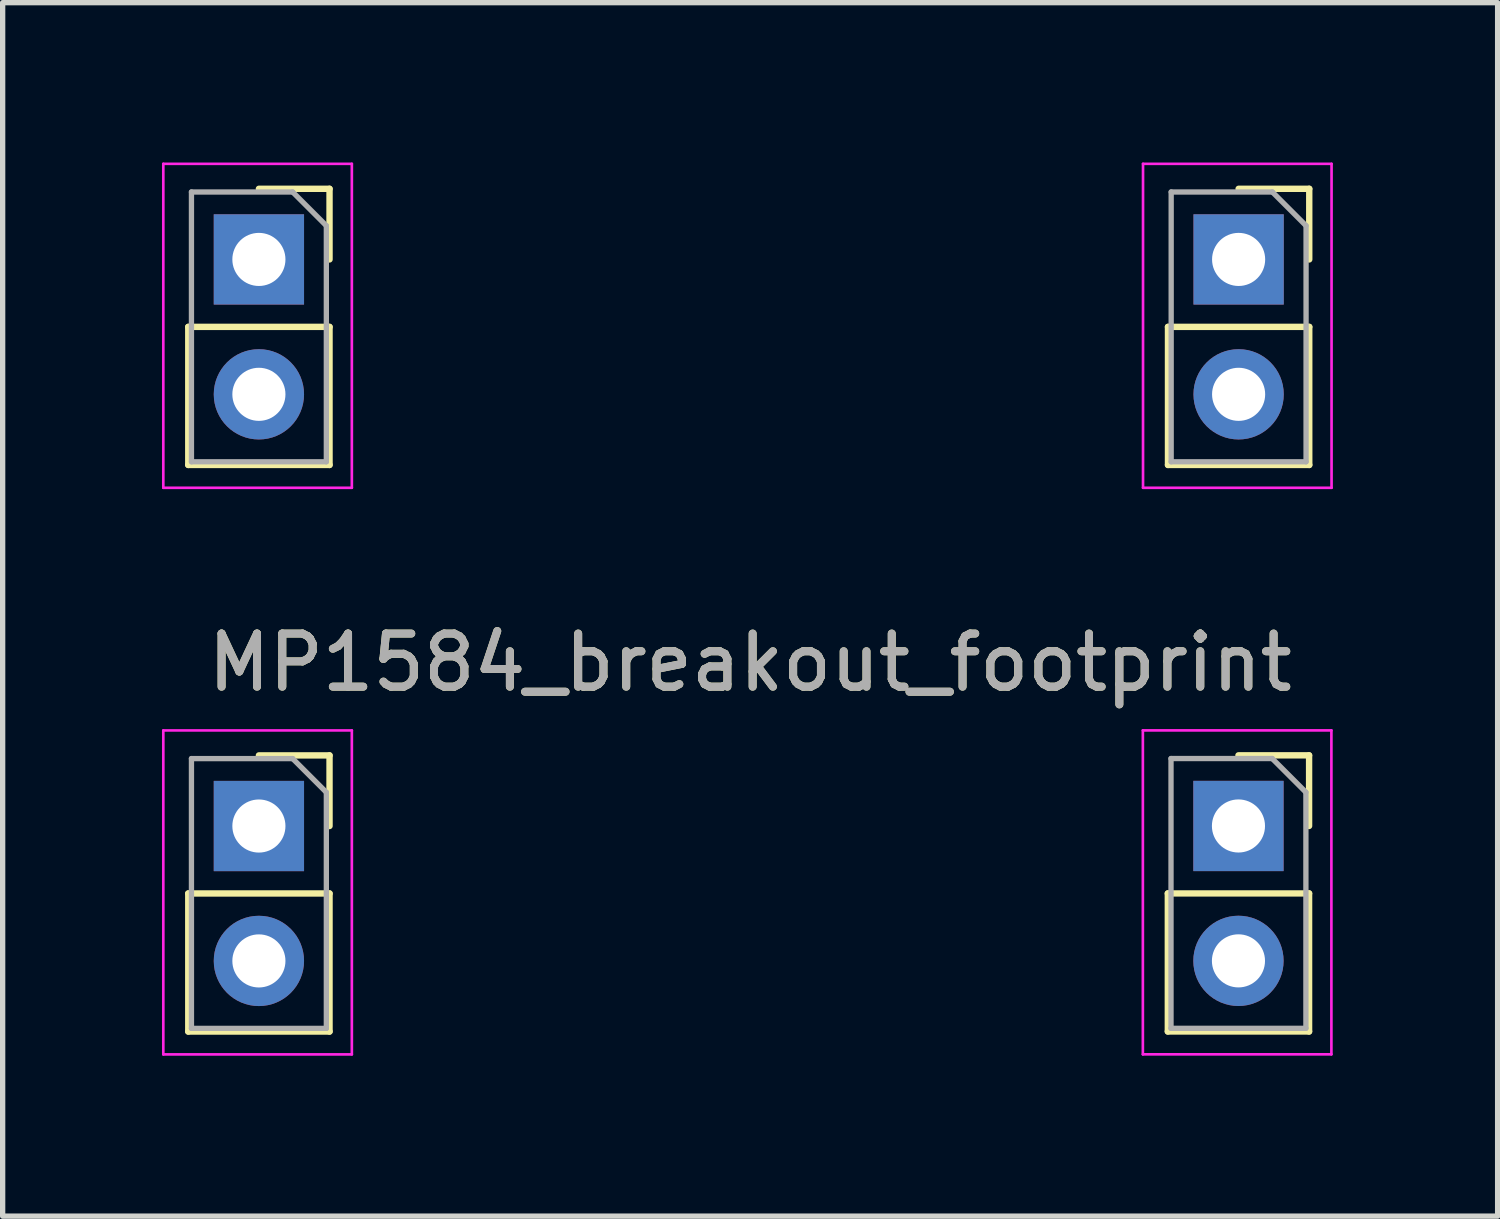
<source format=kicad_pcb>
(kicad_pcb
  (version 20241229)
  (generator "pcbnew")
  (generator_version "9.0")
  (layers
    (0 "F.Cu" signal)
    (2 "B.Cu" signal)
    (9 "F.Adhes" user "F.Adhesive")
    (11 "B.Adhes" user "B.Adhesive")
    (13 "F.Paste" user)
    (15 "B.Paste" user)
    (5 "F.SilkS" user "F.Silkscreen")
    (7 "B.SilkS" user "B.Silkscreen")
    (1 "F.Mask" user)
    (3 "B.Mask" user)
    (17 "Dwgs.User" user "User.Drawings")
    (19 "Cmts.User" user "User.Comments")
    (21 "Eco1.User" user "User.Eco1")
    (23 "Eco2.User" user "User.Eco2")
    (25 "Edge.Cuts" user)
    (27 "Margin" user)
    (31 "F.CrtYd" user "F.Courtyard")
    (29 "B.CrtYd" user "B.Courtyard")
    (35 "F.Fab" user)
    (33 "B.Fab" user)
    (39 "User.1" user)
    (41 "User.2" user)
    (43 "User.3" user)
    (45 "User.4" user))
  (footprint "MP1584_breakout_footprint"
    (layer "F.Cu")
    (at 11.075 8.425)
    (property "Reference" "MP1584_breakout_footprint" (at 0 1 0) (layer "F.SilkS") (effects (font (size 1 1) (thickness 0.15))))
    (attr smd)
    (fp_line (start -10.58 -5.32) (end -10.58 -2.72) (stroke (width 0.12) (type solid)) (layer "F.SilkS"))
    (fp_line (start -10.58 -5.32) (end -7.92 -5.32) (stroke (width 0.12) (type solid)) (layer "F.SilkS"))
    (fp_line (start -10.58 -2.72) (end -7.92 -2.72) (stroke (width 0.12) (type solid)) (layer "F.SilkS"))
    (fp_line (start -10.58 5.349) (end -10.58 7.949) (stroke (width 0.12) (type solid)) (layer "F.SilkS"))
    (fp_line (start -10.58 5.349) (end -7.92 5.349) (stroke (width 0.12) (type solid)) (layer "F.SilkS"))
    (fp_line (start -10.58 7.949) (end -7.92 7.949) (stroke (width 0.12) (type solid)) (layer "F.SilkS"))
    (fp_line (start -9.25 -7.92) (end -7.92 -7.92) (stroke (width 0.12) (type solid)) (layer "F.SilkS"))
    (fp_line (start -9.25 2.749) (end -7.92 2.749) (stroke (width 0.12) (type solid)) (layer "F.SilkS"))
    (fp_line (start -7.92 -7.92) (end -7.92 -6.59) (stroke (width 0.12) (type solid)) (layer "F.SilkS"))
    (fp_line (start -7.92 -5.32) (end -7.92 -2.72) (stroke (width 0.12) (type solid)) (layer "F.SilkS"))
    (fp_line (start -7.92 2.749) (end -7.92 4.079) (stroke (width 0.12) (type solid)) (layer "F.SilkS"))
    (fp_line (start -7.92 5.349) (end -7.92 7.949) (stroke (width 0.12) (type solid)) (layer "F.SilkS"))
    (fp_line (start 7.865 5.348) (end 7.865 7.948) (stroke (width 0.12) (type solid)) (layer "F.SilkS"))
    (fp_line (start 7.865 5.348) (end 10.525 5.348) (stroke (width 0.12) (type solid)) (layer "F.SilkS"))
    (fp_line (start 7.865 7.948) (end 10.525 7.948) (stroke (width 0.12) (type solid)) (layer "F.SilkS"))
    (fp_line (start 7.868 -5.32) (end 7.868 -2.72) (stroke (width 0.12) (type solid)) (layer "F.SilkS"))
    (fp_line (start 7.868 -5.32) (end 10.528 -5.32) (stroke (width 0.12) (type solid)) (layer "F.SilkS"))
    (fp_line (start 7.868 -2.72) (end 10.528 -2.72) (stroke (width 0.12) (type solid)) (layer "F.SilkS"))
    (fp_line (start 9.195 2.748) (end 10.525 2.748) (stroke (width 0.12) (type solid)) (layer "F.SilkS"))
    (fp_line (start 9.198 -7.92) (end 10.528 -7.92) (stroke (width 0.12) (type solid)) (layer "F.SilkS"))
    (fp_line (start 10.525 2.748) (end 10.525 4.078) (stroke (width 0.12) (type solid)) (layer "F.SilkS"))
    (fp_line (start 10.525 5.348) (end 10.525 7.948) (stroke (width 0.12) (type solid)) (layer "F.SilkS"))
    (fp_line (start 10.528 -7.92) (end 10.528 -6.59) (stroke (width 0.12) (type solid)) (layer "F.SilkS"))
    (fp_line (start 10.528 -5.32) (end 10.528 -2.72) (stroke (width 0.12) (type solid)) (layer "F.SilkS"))
    (fp_line (start -11.05 -8.39) (end -7.5 -8.39) (stroke (width 0.05) (type solid)) (layer "F.CrtYd"))
    (fp_line (start -11.05 -2.29) (end -11.05 -8.39) (stroke (width 0.05) (type solid)) (layer "F.CrtYd"))
    (fp_line (start -11.05 2.279) (end -7.5 2.279) (stroke (width 0.05) (type solid)) (layer "F.CrtYd"))
    (fp_line (start -11.05 8.379) (end -11.05 2.279) (stroke (width 0.05) (type solid)) (layer "F.CrtYd"))
    (fp_line (start -7.5 -8.39) (end -7.5 -2.29) (stroke (width 0.05) (type solid)) (layer "F.CrtYd"))
    (fp_line (start -7.5 -2.29) (end -11.05 -2.29) (stroke (width 0.05) (type solid)) (layer "F.CrtYd"))
    (fp_line (start -7.5 2.279) (end -7.5 8.379) (stroke (width 0.05) (type solid)) (layer "F.CrtYd"))
    (fp_line (start -7.5 8.379) (end -11.05 8.379) (stroke (width 0.05) (type solid)) (layer "F.CrtYd"))
    (fp_line (start 7.395 2.278) (end 10.945 2.278) (stroke (width 0.05) (type solid)) (layer "F.CrtYd"))
    (fp_line (start 7.395 8.378) (end 7.395 2.278) (stroke (width 0.05) (type solid)) (layer "F.CrtYd"))
    (fp_line (start 7.398 -8.39) (end 10.948 -8.39) (stroke (width 0.05) (type solid)) (layer "F.CrtYd"))
    (fp_line (start 7.398 -2.29) (end 7.398 -8.39) (stroke (width 0.05) (type solid)) (layer "F.CrtYd"))
    (fp_line (start 10.945 2.278) (end 10.945 8.378) (stroke (width 0.05) (type solid)) (layer "F.CrtYd"))
    (fp_line (start 10.945 8.378) (end 7.395 8.378) (stroke (width 0.05) (type solid)) (layer "F.CrtYd"))
    (fp_line (start 10.948 -8.39) (end 10.948 -2.29) (stroke (width 0.05) (type solid)) (layer "F.CrtYd"))
    (fp_line (start 10.948 -2.29) (end 7.398 -2.29) (stroke (width 0.05) (type solid)) (layer "F.CrtYd"))
    (fp_line (start -10.52 -7.86) (end -8.615 -7.86) (stroke (width 0.1) (type solid)) (layer "F.Fab"))
    (fp_line (start -10.52 -2.78) (end -10.52 -7.86) (stroke (width 0.1) (type solid)) (layer "F.Fab"))
    (fp_line (start -10.52 2.809) (end -8.615 2.809) (stroke (width 0.1) (type solid)) (layer "F.Fab"))
    (fp_line (start -10.52 7.889) (end -10.52 2.809) (stroke (width 0.1) (type solid)) (layer "F.Fab"))
    (fp_line (start -8.615 -7.86) (end -7.98 -7.225) (stroke (width 0.1) (type solid)) (layer "F.Fab"))
    (fp_line (start -8.615 2.809) (end -7.98 3.444) (stroke (width 0.1) (type solid)) (layer "F.Fab"))
    (fp_line (start -7.98 -7.225) (end -7.98 -2.78) (stroke (width 0.1) (type solid)) (layer "F.Fab"))
    (fp_line (start -7.98 -2.78) (end -10.52 -2.78) (stroke (width 0.1) (type solid)) (layer "F.Fab"))
    (fp_line (start -7.98 3.444) (end -7.98 7.889) (stroke (width 0.1) (type solid)) (layer "F.Fab"))
    (fp_line (start -7.98 7.889) (end -10.52 7.889) (stroke (width 0.1) (type solid)) (layer "F.Fab"))
    (fp_line (start 7.925 2.808) (end 9.83 2.808) (stroke (width 0.1) (type solid)) (layer "F.Fab"))
    (fp_line (start 7.925 7.888) (end 7.925 2.808) (stroke (width 0.1) (type solid)) (layer "F.Fab"))
    (fp_line (start 7.928 -7.86) (end 9.833 -7.86) (stroke (width 0.1) (type solid)) (layer "F.Fab"))
    (fp_line (start 7.928 -2.78) (end 7.928 -7.86) (stroke (width 0.1) (type solid)) (layer "F.Fab"))
    (fp_line (start 9.83 2.808) (end 10.465 3.443) (stroke (width 0.1) (type solid)) (layer "F.Fab"))
    (fp_line (start 9.833 -7.86) (end 10.468 -7.225) (stroke (width 0.1) (type solid)) (layer "F.Fab"))
    (fp_line (start 10.465 3.443) (end 10.465 7.888) (stroke (width 0.1) (type solid)) (layer "F.Fab"))
    (fp_line (start 10.465 7.888) (end 7.925 7.888) (stroke (width 0.1) (type solid)) (layer "F.Fab"))
    (fp_line (start 10.468 -7.225) (end 10.468 -2.78) (stroke (width 0.1) (type solid)) (layer "F.Fab"))
    (fp_line (start 10.468 -2.78) (end 7.928 -2.78) (stroke (width 0.1) (type solid)) (layer "F.Fab"))
    (fp_line (start -11.05 -8.4) (end 11.05 -8.4) (stroke (width 0.05) (type solid)) (layer "User.1"))
    (fp_line (start -11.05 8.4) (end -11.05 -8.4) (stroke (width 0.05) (type solid)) (layer "User.1"))
    (fp_line (start -11.05 8.4) (end 11.05 8.4) (stroke (width 0.05) (type solid)) (layer "User.1"))
    (fp_line (start -10.656 -8.001) (end -10.656 -2.621) (stroke (width 0.05) (type solid)) (layer "User.1"))
    (fp_line (start -10.656 -2.621) (end -7.816 -2.621) (stroke (width 0.05) (type solid)) (layer "User.1"))
    (fp_line (start -10.656 2.669) (end -10.656 8.049) (stroke (width 0.05) (type solid)) (layer "User.1"))
    (fp_line (start -10.656 8.049) (end -7.816 8.049) (stroke (width 0.05) (type solid)) (layer "User.1"))
    (fp_line (start -10.356 -7.701) (end -10.356 -5.461) (stroke (width 0.05) (type solid)) (layer "User.1"))
    (fp_line (start -10.356 -5.461) (end -8.116 -5.461) (stroke (width 0.05) (type solid)) (layer "User.1"))
    (fp_line (start -10.356 -5.161) (end -8.116 -5.161) (stroke (width 0.05) (type solid)) (layer "User.1"))
    (fp_line (start -10.356 -2.921) (end -10.356 -5.161) (stroke (width 0.05) (type solid)) (layer "User.1"))
    (fp_line (start -10.356 2.969) (end -10.356 5.209) (stroke (width 0.05) (type solid)) (layer "User.1"))
    (fp_line (start -10.356 5.209) (end -8.116 5.209) (stroke (width 0.05) (type solid)) (layer "User.1"))
    (fp_line (start -10.356 5.509) (end -8.116 5.509) (stroke (width 0.05) (type solid)) (layer "User.1"))
    (fp_line (start -10.356 7.749) (end -10.356 5.509) (stroke (width 0.05) (type solid)) (layer "User.1"))
    (fp_line (start -10.05 -1.52) (end -8.45 -1.52) (stroke (width 0.05) (type solid)) (layer "User.1"))
    (fp_line (start -10.05 -0.62) (end -10.05 -1.52) (stroke (width 0.05) (type solid)) (layer "User.1"))
    (fp_line (start -10.05 -0.62) (end -8.45 -0.62) (stroke (width 0.05) (type solid)) (layer "User.1"))
    (fp_line (start -10.05 0.68) (end -8.45 0.68) (stroke (width 0.05) (type solid)) (layer "User.1"))
    (fp_line (start -10.05 1.58) (end -10.05 0.68) (stroke (width 0.05) (type solid)) (layer "User.1"))
    (fp_line (start -10.05 1.58) (end -8.45 1.58) (stroke (width 0.05) (type solid)) (layer "User.1"))
    (fp_line (start -9.95 0.68) (end -9.95 -0.62) (stroke (width 0.05) (type solid)) (layer "User.1"))
    (fp_line (start -8.55 0.68) (end -8.55 -0.62) (stroke (width 0.05) (type solid)) (layer "User.1"))
    (fp_line (start -8.45 -0.62) (end -8.45 -1.52) (stroke (width 0.05) (type solid)) (layer "User.1"))
    (fp_line (start -8.45 1.58) (end -8.45 0.68) (stroke (width 0.05) (type solid)) (layer "User.1"))
    (fp_line (start -8.116 -7.701) (end -10.356 -7.701) (stroke (width 0.05) (type solid)) (layer "User.1"))
    (fp_line (start -8.116 -5.461) (end -8.116 -7.701) (stroke (width 0.05) (type solid)) (layer "User.1"))
    (fp_line (start -8.116 -5.161) (end -8.116 -2.921) (stroke (width 0.05) (type solid)) (layer "User.1"))
    (fp_line (start -8.116 -2.921) (end -10.356 -2.921) (stroke (width 0.05) (type solid)) (layer "User.1"))
    (fp_line (start -8.116 2.969) (end -10.356 2.969) (stroke (width 0.05) (type solid)) (layer "User.1"))
    (fp_line (start -8.116 5.209) (end -8.116 2.969) (stroke (width 0.05) (type solid)) (layer "User.1"))
    (fp_line (start -8.116 5.509) (end -8.116 7.749) (stroke (width 0.05) (type solid)) (layer "User.1"))
    (fp_line (start -8.116 7.749) (end -10.356 7.749) (stroke (width 0.05) (type solid)) (layer "User.1"))
    (fp_line (start -7.816 -8.001) (end -10.656 -8.001) (stroke (width 0.05) (type solid)) (layer "User.1"))
    (fp_line (start -7.816 -2.621) (end -7.816 -8.001) (stroke (width 0.05) (type solid)) (layer "User.1"))
    (fp_line (start -7.816 2.669) (end -10.656 2.669) (stroke (width 0.05) (type solid)) (layer "User.1"))
    (fp_line (start -7.816 8.049) (end -7.816 2.669) (stroke (width 0.05) (type solid)) (layer "User.1"))
    (fp_line (start -7.4 -3.21) (end -6.6 -3.21) (stroke (width 0.05) (type solid)) (layer "User.1"))
    (fp_line (start -7.4 -2.81) (end -7.4 -3.21) (stroke (width 0.05) (type solid)) (layer "User.1"))
    (fp_line (start -7.4 -2.81) (end -6.6 -2.81) (stroke (width 0.05) (type solid)) (layer "User.1"))
    (fp_line (start -7.4 -2.01) (end -6.6 -2.01) (stroke (width 0.05) (type solid)) (layer "User.1"))
    (fp_line (start -7.4 -1.61) (end -7.4 -2.01) (stroke (width 0.05) (type solid)) (layer "User.1"))
    (fp_line (start -7.4 -1.61) (end -6.6 -1.61) (stroke (width 0.05) (type solid)) (layer "User.1"))
    (fp_line (start -7.4 -0.11) (end -7.4 -0.35) (stroke (width 0.05) (type solid)) (layer "User.1"))
    (fp_line (start -7.4 0.89) (end -7.4 -0.11) (stroke (width 0.05) (type solid)) (layer "User.1"))
    (fp_line (start -7.4 1.13) (end -7.4 0.89) (stroke (width 0.05) (type solid)) (layer "User.1"))
    (fp_line (start -7.4 2.6) (end -7.4 2.36) (stroke (width 0.05) (type solid)) (layer "User.1"))
    (fp_line (start -7.4 3.6) (end -7.4 2.6) (stroke (width 0.05) (type solid)) (layer "User.1"))
    (fp_line (start -7.4 3.84) (end -7.4 3.6) (stroke (width 0.05) (type solid)) (layer "User.1"))
    (fp_line (start -7.35 -2.01) (end -7.35 -2.81) (stroke (width 0.05) (type solid)) (layer "User.1"))
    (fp_line (start -6.65 -2.01) (end -6.65 -2.81) (stroke (width 0.05) (type solid)) (layer "User.1"))
    (fp_line (start -6.6 -2.81) (end -6.6 -3.21) (stroke (width 0.05) (type solid)) (layer "User.1"))
    (fp_line (start -6.6 -1.61) (end -6.6 -2.01) (stroke (width 0.05) (type solid)) (layer "User.1"))
    (fp_line (start -6.6 -0.35) (end -7.4 -0.35) (stroke (width 0.05) (type solid)) (layer "User.1"))
    (fp_line (start -6.6 -0.11) (end -7.4 -0.11) (stroke (width 0.05) (type solid)) (layer "User.1"))
    (fp_line (start -6.6 -0.11) (end -6.6 -0.35) (stroke (width 0.05) (type solid)) (layer "User.1"))
    (fp_line (start -6.6 0.89) (end -7.4 0.89) (stroke (width 0.05) (type solid)) (layer "User.1"))
    (fp_line (start -6.6 0.89) (end -6.6 -0.11) (stroke (width 0.05) (type solid)) (layer "User.1"))
    (fp_line (start -6.6 1.13) (end -7.4 1.13) (stroke (width 0.05) (type solid)) (layer "User.1"))
    (fp_line (start -6.6 1.13) (end -6.6 0.89) (stroke (width 0.05) (type solid)) (layer "User.1"))
    (fp_line (start -6.6 2.36) (end -7.4 2.36) (stroke (width 0.05) (type solid)) (layer "User.1"))
    (fp_line (start -6.6 2.6) (end -7.4 2.6) (stroke (width 0.05) (type solid)) (layer "User.1"))
    (fp_line (start -6.6 2.6) (end -6.6 2.36) (stroke (width 0.05) (type solid)) (layer "User.1"))
    (fp_line (start -6.6 3.6) (end -7.4 3.6) (stroke (width 0.05) (type solid)) (layer "User.1"))
    (fp_line (start -6.6 3.6) (end -6.6 2.6) (stroke (width 0.05) (type solid)) (layer "User.1"))
    (fp_line (start -6.6 3.84) (end -7.4 3.84) (stroke (width 0.05) (type solid)) (layer "User.1"))
    (fp_line (start -6.6 3.84) (end -6.6 3.6) (stroke (width 0.05) (type solid)) (layer "User.1"))
    (fp_line (start -6.35 -6.69) (end -6.05 -6.69) (stroke (width 0.05) (type solid)) (layer "User.1"))
    (fp_line (start -6.35 -4.49) (end -6.35 -6.69) (stroke (width 0.05) (type solid)) (layer "User.1"))
    (fp_line (start -6.35 -4.49) (end -6.05 -4.49) (stroke (width 0.05) (type solid)) (layer "User.1"))
    (fp_line (start -6.05 -7.49) (end -2.15 -7.49) (stroke (width 0.05) (type solid)) (layer "User.1"))
    (fp_line (start -6.05 -3.69) (end -6.05 -7.49) (stroke (width 0.05) (type solid)) (layer "User.1"))
    (fp_line (start -6.05 -3.69) (end -2.15 -3.69) (stroke (width 0.05) (type solid)) (layer "User.1"))
    (fp_line (start -5.89 -1.87) (end -5.89 -1.82) (stroke (width 0.05) (type solid)) (layer "User.1"))
    (fp_line (start -5.89 -1.87) (end -5.65 -1.87) (stroke (width 0.05) (type solid)) (layer "User.1"))
    (fp_line (start -5.89 -1.82) (end -5.89 -1.22) (stroke (width 0.05) (type solid)) (layer "User.1"))
    (fp_line (start -5.89 -1.82) (end -1.09 -1.82) (stroke (width 0.05) (type solid)) (layer "User.1"))
    (fp_line (start -5.89 -1.22) (end -5.89 1.98) (stroke (width 0.05) (type solid)) (layer "User.1"))
    (fp_line (start -5.89 -1.22) (end -1.09 -1.22) (stroke (width 0.05) (type solid)) (layer "User.1"))
    (fp_line (start -5.89 1.98) (end -5.89 2.13) (stroke (width 0.05) (type solid)) (layer "User.1"))
    (fp_line (start -5.89 1.98) (end -1.09 1.98) (stroke (width 0.05) (type solid)) (layer "User.1"))
    (fp_line (start -5.89 2.13) (end -5.65 2.13) (stroke (width 0.05) (type solid)) (layer "User.1"))
    (fp_line (start -5.65 -2.52) (end -5.65 -2.969) (stroke (width 0.05) (type solid)) (layer "User.1"))
    (fp_line (start -5.65 -2.22) (end -5.65 -2.52) (stroke (width 0.05) (type solid)) (layer "User.1"))
    (fp_line (start -5.65 -1.87) (end -5.65 -2.22) (stroke (width 0.05) (type solid)) (layer "User.1"))
    (fp_line (start -5.65 2.13) (end -5.65 2.48) (stroke (width 0.05) (type solid)) (layer "User.1"))
    (fp_line (start -5.65 2.13) (end -5.15 2.13) (stroke (width 0.05) (type solid)) (layer "User.1"))
    (fp_line (start -5.65 2.48) (end -5.65 2.78) (stroke (width 0.05) (type solid)) (layer "User.1"))
    (fp_line (start -5.65 2.48) (end -5.15 2.48) (stroke (width 0.05) (type solid)) (layer "User.1"))
    (fp_line (start -5.65 2.78) (end -5.65 3.229) (stroke (width 0.05) (type solid)) (layer "User.1"))
    (fp_line (start -5.65 2.78) (end -5.15 2.78) (stroke (width 0.05) (type solid)) (layer "User.1"))
    (fp_line (start -5.65 3.229) (end -5.15 3.229) (stroke (width 0.05) (type solid)) (layer "User.1"))
    (fp_line (start -5.49 6.89) (end -5.49 6.09) (stroke (width 0.05) (type solid)) (layer "User.1"))
    (fp_line (start -5.43 4.73) (end -5.19 4.73) (stroke (width 0.05) (type solid)) (layer "User.1"))
    (fp_line (start -5.43 5.53) (end -5.43 4.73) (stroke (width 0.05) (type solid)) (layer "User.1"))
    (fp_line (start -5.43 5.53) (end -5.19 5.53) (stroke (width 0.05) (type solid)) (layer "User.1"))
    (fp_line (start -5.19 4.73) (end -4.19 4.73) (stroke (width 0.05) (type solid)) (layer "User.1"))
    (fp_line (start -5.19 5.53) (end -5.19 4.73) (stroke (width 0.05) (type solid)) (layer "User.1"))
    (fp_line (start -5.19 5.53) (end -4.19 5.53) (stroke (width 0.05) (type solid)) (layer "User.1"))
    (fp_line (start -5.15 -2.969) (end -5.65 -2.969) (stroke (width 0.05) (type solid)) (layer "User.1"))
    (fp_line (start -5.15 -2.52) (end -5.65 -2.52) (stroke (width 0.05) (type solid)) (layer "User.1"))
    (fp_line (start -5.15 -2.52) (end -5.15 -2.969) (stroke (width 0.05) (type solid)) (layer "User.1"))
    (fp_line (start -5.15 -2.22) (end -5.65 -2.22) (stroke (width 0.05) (type solid)) (layer "User.1"))
    (fp_line (start -5.15 -2.22) (end -5.15 -2.52) (stroke (width 0.05) (type solid)) (layer "User.1"))
    (fp_line (start -5.15 -1.87) (end -5.65 -1.87) (stroke (width 0.05) (type solid)) (layer "User.1"))
    (fp_line (start -5.15 -1.87) (end -5.15 -2.22) (stroke (width 0.05) (type solid)) (layer "User.1"))
    (fp_line (start -5.15 -1.87) (end -4.38 -1.87) (stroke (width 0.05) (type solid)) (layer "User.1"))
    (fp_line (start -5.15 2.13) (end -5.15 2.48) (stroke (width 0.05) (type solid)) (layer "User.1"))
    (fp_line (start -5.15 2.13) (end -4.38 2.13) (stroke (width 0.05) (type solid)) (layer "User.1"))
    (fp_line (start -5.15 2.48) (end -5.15 2.78) (stroke (width 0.05) (type solid)) (layer "User.1"))
    (fp_line (start -5.15 2.78) (end -5.15 3.229) (stroke (width 0.05) (type solid)) (layer "User.1"))
    (fp_line (start -5.09 6.09) (end -5.49 6.09) (stroke (width 0.05) (type solid)) (layer "User.1"))
    (fp_line (start -5.09 6.89) (end -5.49 6.89) (stroke (width 0.05) (type solid)) (layer "User.1"))
    (fp_line (start -5.09 6.89) (end -5.09 6.09) (stroke (width 0.05) (type solid)) (layer "User.1"))
    (fp_line (start -4.38 -2.52) (end -4.38 -2.969) (stroke (width 0.05) (type solid)) (layer "User.1"))
    (fp_line (start -4.38 -2.22) (end -4.38 -2.52) (stroke (width 0.05) (type solid)) (layer "User.1"))
    (fp_line (start -4.38 -1.87) (end -4.38 -2.22) (stroke (width 0.05) (type solid)) (layer "User.1"))
    (fp_line (start -4.38 2.13) (end -4.38 2.48) (stroke (width 0.05) (type solid)) (layer "User.1"))
    (fp_line (start -4.38 2.13) (end -3.88 2.13) (stroke (width 0.05) (type solid)) (layer "User.1"))
    (fp_line (start -4.38 2.48) (end -4.38 2.78) (stroke (width 0.05) (type solid)) (layer "User.1"))
    (fp_line (start -4.38 2.48) (end -3.88 2.48) (stroke (width 0.05) (type solid)) (layer "User.1"))
    (fp_line (start -4.38 2.78) (end -4.38 3.229) (stroke (width 0.05) (type solid)) (layer "User.1"))
    (fp_line (start -4.38 2.78) (end -3.88 2.78) (stroke (width 0.05) (type solid)) (layer "User.1"))
    (fp_line (start -4.38 3.229) (end -3.88 3.229) (stroke (width 0.05) (type solid)) (layer "User.1"))
    (fp_line (start -4.29 6.14) (end -5.09 6.14) (stroke (width 0.05) (type solid)) (layer "User.1"))
    (fp_line (start -4.29 6.84) (end -5.09 6.84) (stroke (width 0.05) (type solid)) (layer "User.1"))
    (fp_line (start -4.29 6.89) (end -4.29 6.09) (stroke (width 0.05) (type solid)) (layer "User.1"))
    (fp_line (start -4.19 4.73) (end -3.95 4.73) (stroke (width 0.05) (type solid)) (layer "User.1"))
    (fp_line (start -4.19 5.53) (end -4.19 4.73) (stroke (width 0.05) (type solid)) (layer "User.1"))
    (fp_line (start -4.19 5.53) (end -3.95 5.53) (stroke (width 0.05) (type solid)) (layer "User.1"))
    (fp_line (start -3.95 5.53) (end -3.95 4.73) (stroke (width 0.05) (type solid)) (layer "User.1"))
    (fp_line (start -3.89 6.09) (end -4.29 6.09) (stroke (width 0.05) (type solid)) (layer "User.1"))
    (fp_line (start -3.89 6.89) (end -4.29 6.89) (stroke (width 0.05) (type solid)) (layer "User.1"))
    (fp_line (start -3.89 6.89) (end -3.89 6.09) (stroke (width 0.05) (type solid)) (layer "User.1"))
    (fp_line (start -3.88 -2.969) (end -4.38 -2.969) (stroke (width 0.05) (type solid)) (layer "User.1"))
    (fp_line (start -3.88 -2.52) (end -4.38 -2.52) (stroke (width 0.05) (type solid)) (layer "User.1"))
    (fp_line (start -3.88 -2.52) (end -3.88 -2.969) (stroke (width 0.05) (type solid)) (layer "User.1"))
    (fp_line (start -3.88 -2.22) (end -4.38 -2.22) (stroke (width 0.05) (type solid)) (layer "User.1"))
    (fp_line (start -3.88 -2.22) (end -3.88 -2.52) (stroke (width 0.05) (type solid)) (layer "User.1"))
    (fp_line (start -3.88 -1.87) (end -4.38 -1.87) (stroke (width 0.05) (type solid)) (layer "User.1"))
    (fp_line (start -3.88 -1.87) (end -3.88 -2.22) (stroke (width 0.05) (type solid)) (layer "User.1"))
    (fp_line (start -3.88 -1.87) (end -3.11 -1.87) (stroke (width 0.05) (type solid)) (layer "User.1"))
    (fp_line (start -3.88 2.13) (end -3.88 2.48) (stroke (width 0.05) (type solid)) (layer "User.1"))
    (fp_line (start -3.88 2.13) (end -3.11 2.13) (stroke (width 0.05) (type solid)) (layer "User.1"))
    (fp_line (start -3.88 2.48) (end -3.88 2.78) (stroke (width 0.05) (type solid)) (layer "User.1"))
    (fp_line (start -3.88 2.78) (end -3.88 3.229) (stroke (width 0.05) (type solid)) (layer "User.1"))
    (fp_line (start -3.11 -2.52) (end -3.11 -2.969) (stroke (width 0.05) (type solid)) (layer "User.1"))
    (fp_line (start -3.11 -2.22) (end -3.11 -2.52) (stroke (width 0.05) (type solid)) (layer "User.1"))
    (fp_line (start -3.11 -1.87) (end -3.11 -2.22) (stroke (width 0.05) (type solid)) (layer "User.1"))
    (fp_line (start -3.11 2.13) (end -3.11 2.48) (stroke (width 0.05) (type solid)) (layer "User.1"))
    (fp_line (start -3.11 2.13) (end -2.61 2.13) (stroke (width 0.05) (type solid)) (layer "User.1"))
    (fp_line (start -3.11 2.48) (end -3.11 2.78) (stroke (width 0.05) (type solid)) (layer "User.1"))
    (fp_line (start -3.11 2.48) (end -2.61 2.48) (stroke (width 0.05) (type solid)) (layer "User.1"))
    (fp_line (start -3.11 2.78) (end -3.11 3.229) (stroke (width 0.05) (type solid)) (layer "User.1"))
    (fp_line (start -3.11 2.78) (end -2.61 2.78) (stroke (width 0.05) (type solid)) (layer "User.1"))
    (fp_line (start -3.11 3.229) (end -2.61 3.229) (stroke (width 0.05) (type solid)) (layer "User.1"))
    (fp_line (start -2.61 -2.969) (end -3.11 -2.969) (stroke (width 0.05) (type solid)) (layer "User.1"))
    (fp_line (start -2.61 -2.52) (end -3.11 -2.52) (stroke (width 0.05) (type solid)) (layer "User.1"))
    (fp_line (start -2.61 -2.52) (end -2.61 -2.969) (stroke (width 0.05) (type solid)) (layer "User.1"))
    (fp_line (start -2.61 -2.22) (end -3.11 -2.22) (stroke (width 0.05) (type solid)) (layer "User.1"))
    (fp_line (start -2.61 -2.22) (end -2.61 -2.52) (stroke (width 0.05) (type solid)) (layer "User.1"))
    (fp_line (start -2.61 -1.87) (end -3.11 -1.87) (stroke (width 0.05) (type solid)) (layer "User.1"))
    (fp_line (start -2.61 -1.87) (end -2.61 -2.22) (stroke (width 0.05) (type solid)) (layer "User.1"))
    (fp_line (start -2.61 -1.87) (end -1.84 -1.87) (stroke (width 0.05) (type solid)) (layer "User.1"))
    (fp_line (start -2.61 2.13) (end -2.61 2.48) (stroke (width 0.05) (type solid)) (layer "User.1"))
    (fp_line (start -2.61 2.13) (end -1.84 2.13) (stroke (width 0.05) (type solid)) (layer "User.1"))
    (fp_line (start -2.61 2.48) (end -2.61 2.78) (stroke (width 0.05) (type solid)) (layer "User.1"))
    (fp_line (start -2.61 2.78) (end -2.61 3.229) (stroke (width 0.05) (type solid)) (layer "User.1"))
    (fp_line (start -2.2 4.73) (end -1.96 4.73) (stroke (width 0.05) (type solid)) (layer "User.1"))
    (fp_line (start -2.2 5.53) (end -2.2 4.73) (stroke (width 0.05) (type solid)) (layer "User.1"))
    (fp_line (start -2.2 5.53) (end -1.96 5.53) (stroke (width 0.05) (type solid)) (layer "User.1"))
    (fp_line (start -2.2 6.2) (end -1.96 6.2) (stroke (width 0.05) (type solid)) (layer "User.1"))
    (fp_line (start -2.2 7) (end -2.2 6.2) (stroke (width 0.05) (type solid)) (layer "User.1"))
    (fp_line (start -2.2 7) (end -1.96 7) (stroke (width 0.05) (type solid)) (layer "User.1"))
    (fp_line (start -2.15 -7.49) (end -1.45 -7.49) (stroke (width 0.05) (type solid)) (layer "User.1"))
    (fp_line (start -2.15 -3.69) (end -2.15 -7.49) (stroke (width 0.05) (type solid)) (layer "User.1"))
    (fp_line (start -2.15 -3.69) (end -1.45 -3.69) (stroke (width 0.05) (type solid)) (layer "User.1"))
    (fp_line (start -1.96 4.73) (end -0.96 4.73) (stroke (width 0.05) (type solid)) (layer "User.1"))
    (fp_line (start -1.96 5.53) (end -1.96 4.73) (stroke (width 0.05) (type solid)) (layer "User.1"))
    (fp_line (start -1.96 5.53) (end -0.96 5.53) (stroke (width 0.05) (type solid)) (layer "User.1"))
    (fp_line (start -1.96 6.2) (end -0.96 6.2) (stroke (width 0.05) (type solid)) (layer "User.1"))
    (fp_line (start -1.96 7) (end -1.96 6.2) (stroke (width 0.05) (type solid)) (layer "User.1"))
    (fp_line (start -1.96 7) (end -0.96 7) (stroke (width 0.05) (type solid)) (layer "User.1"))
    (fp_line (start -1.84 -2.52) (end -1.84 -2.969) (stroke (width 0.05) (type solid)) (layer "User.1"))
    (fp_line (start -1.84 -2.22) (end -1.84 -2.52) (stroke (width 0.05) (type solid)) (layer "User.1"))
    (fp_line (start -1.84 -1.87) (end -1.84 -2.22) (stroke (width 0.05) (type solid)) (layer "User.1"))
    (fp_line (start -1.84 -1.87) (end -1.34 -1.87) (stroke (width 0.05) (type solid)) (layer "User.1"))
    (fp_line (start -1.84 2.13) (end -1.84 2.48) (stroke (width 0.05) (type solid)) (layer "User.1"))
    (fp_line (start -1.84 2.13) (end -1.34 2.13) (stroke (width 0.05) (type solid)) (layer "User.1"))
    (fp_line (start -1.84 2.48) (end -1.84 2.78) (stroke (width 0.05) (type solid)) (layer "User.1"))
    (fp_line (start -1.84 2.48) (end -1.34 2.48) (stroke (width 0.05) (type solid)) (layer "User.1"))
    (fp_line (start -1.84 2.78) (end -1.84 3.229) (stroke (width 0.05) (type solid)) (layer "User.1"))
    (fp_line (start -1.84 2.78) (end -1.34 2.78) (stroke (width 0.05) (type solid)) (layer "User.1"))
    (fp_line (start -1.84 3.229) (end -1.34 3.229) (stroke (width 0.05) (type solid)) (layer "User.1"))
    (fp_line (start -1.45 -7.49) (end -1.05 -7.49) (stroke (width 0.05) (type solid)) (layer "User.1"))
    (fp_line (start -1.45 -3.69) (end -1.45 -7.49) (stroke (width 0.05) (type solid)) (layer "User.1"))
    (fp_line (start -1.45 -3.69) (end -1.05 -3.69) (stroke (width 0.05) (type solid)) (layer "User.1"))
    (fp_line (start -1.34 -2.969) (end -1.84 -2.969) (stroke (width 0.05) (type solid)) (layer "User.1"))
    (fp_line (start -1.34 -2.52) (end -1.84 -2.52) (stroke (width 0.05) (type solid)) (layer "User.1"))
    (fp_line (start -1.34 -2.52) (end -1.34 -2.969) (stroke (width 0.05) (type solid)) (layer "User.1"))
    (fp_line (start -1.34 -2.22) (end -1.84 -2.22) (stroke (width 0.05) (type solid)) (layer "User.1"))
    (fp_line (start -1.34 -2.22) (end -1.34 -2.52) (stroke (width 0.05) (type solid)) (layer "User.1"))
    (fp_line (start -1.34 -1.87) (end -1.34 -2.22) (stroke (width 0.05) (type solid)) (layer "User.1"))
    (fp_line (start -1.34 -1.87) (end -1.09 -1.87) (stroke (width 0.05) (type solid)) (layer "User.1"))
    (fp_line (start -1.34 2.13) (end -1.34 2.48) (stroke (width 0.05) (type solid)) (layer "User.1"))
    (fp_line (start -1.34 2.13) (end -1.09 2.13) (stroke (width 0.05) (type solid)) (layer "User.1"))
    (fp_line (start -1.34 2.48) (end -1.34 2.78) (stroke (width 0.05) (type solid)) (layer "User.1"))
    (fp_line (start -1.34 2.78) (end -1.34 3.229) (stroke (width 0.05) (type solid)) (layer "User.1"))
    (fp_line (start -1.09 -1.87) (end -1.09 -1.82) (stroke (width 0.05) (type solid)) (layer "User.1"))
    (fp_line (start -1.09 -1.82) (end -1.09 -1.22) (stroke (width 0.05) (type solid)) (layer "User.1"))
    (fp_line (start -1.09 -1.22) (end -1.09 1.98) (stroke (width 0.05) (type solid)) (layer "User.1"))
    (fp_line (start -1.09 1.98) (end -1.09 2.13) (stroke (width 0.05) (type solid)) (layer "User.1"))
    (fp_line (start -1.05 -6.69) (end -0.75 -6.69) (stroke (width 0.05) (type solid)) (layer "User.1"))
    (fp_line (start -1.05 -4.49) (end -0.75 -4.49) (stroke (width 0.05) (type solid)) (layer "User.1"))
    (fp_line (start -1.05 -3.69) (end -1.05 -7.49) (stroke (width 0.05) (type solid)) (layer "User.1"))
    (fp_line (start -0.96 4.73) (end -0.72 4.73) (stroke (width 0.05) (type solid)) (layer "User.1"))
    (fp_line (start -0.96 5.53) (end -0.96 4.73) (stroke (width 0.05) (type solid)) (layer "User.1"))
    (fp_line (start -0.96 5.53) (end -0.72 5.53) (stroke (width 0.05) (type solid)) (layer "User.1"))
    (fp_line (start -0.96 6.2) (end -0.72 6.2) (stroke (width 0.05) (type solid)) (layer "User.1"))
    (fp_line (start -0.96 7) (end -0.96 6.2) (stroke (width 0.05) (type solid)) (layer "User.1"))
    (fp_line (start -0.96 7) (end -0.72 7) (stroke (width 0.05) (type solid)) (layer "User.1"))
    (fp_line (start -0.75 -4.49) (end -0.75 -6.69) (stroke (width 0.05) (type solid)) (layer "User.1"))
    (fp_line (start -0.72 5.53) (end -0.72 4.73) (stroke (width 0.05) (type solid)) (layer "User.1"))
    (fp_line (start -0.72 7) (end -0.72 6.2) (stroke (width 0.05) (type solid)) (layer "User.1"))
    (fp_line (start -0.02 -5.38) (end 7.18 -5.38) (stroke (width 0.05) (type solid)) (layer "User.1"))
    (fp_line (start -0.02 1.82) (end -0.02 -5.38) (stroke (width 0.05) (type solid)) (layer "User.1"))
    (fp_line (start -0.02 1.82) (end 7.18 1.82) (stroke (width 0.05) (type solid)) (layer "User.1"))
    (fp_line (start 0.5 4.03) (end 0.5 3.23) (stroke (width 0.05) (type solid)) (layer "User.1"))
    (fp_line (start 0.9 3.23) (end 0.5 3.23) (stroke (width 0.05) (type solid)) (layer "User.1"))
    (fp_line (start 0.9 4.03) (end 0.5 4.03) (stroke (width 0.05) (type solid)) (layer "User.1"))
    (fp_line (start 0.9 4.03) (end 0.9 3.23) (stroke (width 0.05) (type solid)) (layer "User.1"))
    (fp_line (start 1.08 -7.341) (end 1.474 -7.341) (stroke (width 0.05) (type solid)) (layer "User.1"))
    (fp_line (start 1.08 -6.2) (end 1.08 -7.341) (stroke (width 0.05) (type solid)) (layer "User.1"))
    (fp_line (start 1.211 -7.211) (end 1.211 -6.33) (stroke (width 0.05) (type solid)) (layer "User.1"))
    (fp_line (start 1.211 -6.33) (end 1.473 -6.33) (stroke (width 0.05) (type solid)) (layer "User.1"))
    (fp_line (start 1.35 4.67) (end 1.95 4.67) (stroke (width 0.05) (type solid)) (layer "User.1"))
    (fp_line (start 1.35 5.62) (end 1.35 4.67) (stroke (width 0.05) (type solid)) (layer "User.1"))
    (fp_line (start 1.35 5.62) (end 1.819 5.62) (stroke (width 0.05) (type solid)) (layer "User.1"))
    (fp_line (start 1.35 6.52) (end 1.819 6.52) (stroke (width 0.05) (type solid)) (layer "User.1"))
    (fp_line (start 1.35 7.47) (end 1.35 6.52) (stroke (width 0.05) (type solid)) (layer "User.1"))
    (fp_line (start 1.35 7.47) (end 1.95 7.47) (stroke (width 0.05) (type solid)) (layer "User.1"))
    (fp_line (start 1.469 -7.211) (end 1.211 -7.211) (stroke (width 0.05) (type solid)) (layer "User.1"))
    (fp_line (start 1.493 -6.2) (end 1.08 -6.2) (stroke (width 0.05) (type solid)) (layer "User.1"))
    (fp_line (start 1.55 4.52) (end 4.8 4.52) (stroke (width 0.05) (type solid)) (layer "User.1"))
    (fp_line (start 1.55 4.67) (end 1.55 4.52) (stroke (width 0.05) (type solid)) (layer "User.1"))
    (fp_line (start 1.55 6.52) (end 1.55 5.62) (stroke (width 0.05) (type solid)) (layer "User.1"))
    (fp_line (start 1.55 7.62) (end 1.55 7.47) (stroke (width 0.05) (type solid)) (layer "User.1"))
    (fp_line (start 1.55 7.62) (end 4.8 7.62) (stroke (width 0.05) (type solid)) (layer "User.1"))
    (fp_line (start 1.58 -5.48) (end 5.58 -5.48) (stroke (width 0.05) (type solid)) (layer "User.1"))
    (fp_line (start 1.58 -5.38) (end 1.58 -5.48) (stroke (width 0.05) (type solid)) (layer "User.1"))
    (fp_line (start 1.58 1.92) (end 1.58 1.82) (stroke (width 0.05) (type solid)) (layer "User.1"))
    (fp_line (start 1.58 1.92) (end 5.58 1.92) (stroke (width 0.05) (type solid)) (layer "User.1"))
    (fp_line (start 1.7 3.28) (end 0.9 3.28) (stroke (width 0.05) (type solid)) (layer "User.1"))
    (fp_line (start 1.7 3.98) (end 0.9 3.98) (stroke (width 0.05) (type solid)) (layer "User.1"))
    (fp_line (start 1.7 4.03) (end 1.7 3.23) (stroke (width 0.05) (type solid)) (layer "User.1"))
    (fp_line (start 1.95 5.322) (end 1.95 4.67) (stroke (width 0.05) (type solid)) (layer "User.1"))
    (fp_line (start 1.95 7.47) (end 1.95 6.818) (stroke (width 0.05) (type solid)) (layer "User.1"))
    (fp_line (start 2.1 3.23) (end 1.7 3.23) (stroke (width 0.05) (type solid)) (layer "User.1"))
    (fp_line (start 2.1 4.03) (end 1.7 4.03) (stroke (width 0.05) (type solid)) (layer "User.1"))
    (fp_line (start 2.1 4.03) (end 2.1 3.23) (stroke (width 0.05) (type solid)) (layer "User.1"))
    (fp_line (start 2.157 -6.657) (end 2.581 -6.657) (stroke (width 0.05) (type solid)) (layer "User.1"))
    (fp_line (start 2.157 -6.526) (end 2.157 -6.657) (stroke (width 0.05) (type solid)) (layer "User.1"))
    (fp_line (start 2.2 5.77) (end 2.95 5.77) (stroke (width 0.05) (type solid)) (layer "User.1"))
    (fp_line (start 2.2 6.37) (end 2.2 5.77) (stroke (width 0.05) (type solid)) (layer "User.1"))
    (fp_line (start 2.581 -6.657) (end 2.581 -6.526) (stroke (width 0.05) (type solid)) (layer "User.1"))
    (fp_line (start 2.581 -6.526) (end 2.157 -6.526) (stroke (width 0.05) (type solid)) (layer "User.1"))
    (fp_line (start 2.678 -6.559) (end 2.809 -6.559) (stroke (width 0.05) (type solid)) (layer "User.1"))
    (fp_line (start 2.95 5.02) (end 3.55 5.02) (stroke (width 0.05) (type solid)) (layer "User.1"))
    (fp_line (start 2.95 5.77) (end 2.95 5.02) (stroke (width 0.05) (type solid)) (layer "User.1"))
    (fp_line (start 2.95 6.37) (end 2.2 6.37) (stroke (width 0.05) (type solid)) (layer "User.1"))
    (fp_line (start 2.95 7.12) (end 2.95 6.37) (stroke (width 0.05) (type solid)) (layer "User.1"))
    (fp_line (start 3.526 -7.048) (end 3.396 -7.048) (stroke (width 0.05) (type solid)) (layer "User.1"))
    (fp_line (start 3.55 5.02) (end 3.55 5.77) (stroke (width 0.05) (type solid)) (layer "User.1"))
    (fp_line (start 3.55 5.77) (end 4.3 5.77) (stroke (width 0.05) (type solid)) (layer "User.1"))
    (fp_line (start 3.55 6.37) (end 3.55 7.12) (stroke (width 0.05) (type solid)) (layer "User.1"))
    (fp_line (start 3.55 7.12) (end 2.95 7.12) (stroke (width 0.05) (type solid)) (layer "User.1"))
    (fp_line (start 3.787 -7.341) (end 3.918 -7.341) (stroke (width 0.05) (type solid)) (layer "User.1"))
    (fp_line (start 3.787 -6.674) (end 3.787 -7.341) (stroke (width 0.05) (type solid)) (layer "User.1"))
    (fp_line (start 3.918 -7.341) (end 3.918 -6.67) (stroke (width 0.05) (type solid)) (layer "User.1"))
    (fp_line (start 4.26 4.03) (end 4.26 3.23) (stroke (width 0.05) (type solid)) (layer "User.1"))
    (fp_line (start 4.3 5.77) (end 4.3 6.37) (stroke (width 0.05) (type solid)) (layer "User.1"))
    (fp_line (start 4.3 6.37) (end 3.55 6.37) (stroke (width 0.05) (type solid)) (layer "User.1"))
    (fp_line (start 4.537 -7.341) (end 4.668 -7.341) (stroke (width 0.05) (type solid)) (layer "User.1"))
    (fp_line (start 4.537 -6.67) (end 4.537 -7.341) (stroke (width 0.05) (type solid)) (layer "User.1"))
    (fp_line (start 4.66 3.23) (end 4.26 3.23) (stroke (width 0.05) (type solid)) (layer "User.1"))
    (fp_line (start 4.66 4.03) (end 4.26 4.03) (stroke (width 0.05) (type solid)) (layer "User.1"))
    (fp_line (start 4.66 4.03) (end 4.66 3.23) (stroke (width 0.05) (type solid)) (layer "User.1"))
    (fp_line (start 4.668 -7.341) (end 4.668 -6.674) (stroke (width 0.05) (type solid)) (layer "User.1"))
    (fp_line (start 4.8 5.47) (end 5.05 5.47) (stroke (width 0.05) (type solid)) (layer "User.1"))
    (fp_line (start 4.8 6.67) (end 5.05 6.67) (stroke (width 0.05) (type solid)) (layer "User.1"))
    (fp_line (start 4.8 7.62) (end 4.8 4.52) (stroke (width 0.05) (type solid)) (layer "User.1"))
    (fp_line (start 4.929 -7.341) (end 5.069 -7.341) (stroke (width 0.05) (type solid)) (layer "User.1"))
    (fp_line (start 4.929 -6.2) (end 4.929 -7.341) (stroke (width 0.05) (type solid)) (layer "User.1"))
    (fp_line (start 5.05 6.67) (end 5.05 5.47) (stroke (width 0.05) (type solid)) (layer "User.1"))
    (fp_line (start 5.059 -7.135) (end 5.059 -6.2) (stroke (width 0.05) (type solid)) (layer "User.1"))
    (fp_line (start 5.059 -6.2) (end 4.929 -6.2) (stroke (width 0.05) (type solid)) (layer "User.1"))
    (fp_line (start 5.069 -7.341) (end 5.679 -6.406) (stroke (width 0.05) (type solid)) (layer "User.1"))
    (fp_line (start 5.46 3.28) (end 4.66 3.28) (stroke (width 0.05) (type solid)) (layer "User.1"))
    (fp_line (start 5.46 3.98) (end 4.66 3.98) (stroke (width 0.05) (type solid)) (layer "User.1"))
    (fp_line (start 5.46 4.03) (end 5.46 3.23) (stroke (width 0.05) (type solid)) (layer "User.1"))
    (fp_line (start 5.58 -5.38) (end 5.58 -5.48) (stroke (width 0.05) (type solid)) (layer "User.1"))
    (fp_line (start 5.58 1.92) (end 5.58 1.82) (stroke (width 0.05) (type solid)) (layer "User.1"))
    (fp_line (start 5.668 -6.2) (end 5.059 -7.135) (stroke (width 0.05) (type solid)) (layer "User.1"))
    (fp_line (start 5.679 -7.341) (end 5.809 -7.341) (stroke (width 0.05) (type solid)) (layer "User.1"))
    (fp_line (start 5.679 -6.406) (end 5.679 -7.341) (stroke (width 0.05) (type solid)) (layer "User.1"))
    (fp_line (start 5.809 -7.341) (end 5.809 -6.2) (stroke (width 0.05) (type solid)) (layer "User.1"))
    (fp_line (start 5.809 -6.2) (end 5.668 -6.2) (stroke (width 0.05) (type solid)) (layer "User.1"))
    (fp_line (start 5.86 3.23) (end 5.46 3.23) (stroke (width 0.05) (type solid)) (layer "User.1"))
    (fp_line (start 5.86 4.03) (end 5.46 4.03) (stroke (width 0.05) (type solid)) (layer "User.1"))
    (fp_line (start 5.86 4.03) (end 5.86 3.23) (stroke (width 0.05) (type solid)) (layer "User.1"))
    (fp_line (start 6.5 -7.05) (end 7.4 -7.05) (stroke (width 0.05) (type solid)) (layer "User.1"))
    (fp_line (start 6.5 -6.75) (end 6.5 -7.05) (stroke (width 0.05) (type solid)) (layer "User.1"))
    (fp_line (start 6.5 6.47) (end 6.8 6.47) (stroke (width 0.05) (type solid)) (layer "User.1"))
    (fp_line (start 6.5 6.77) (end 6.5 6.47) (stroke (width 0.05) (type solid)) (layer "User.1"))
    (fp_line (start 6.8 6.17) (end 7.1 6.17) (stroke (width 0.05) (type solid)) (layer "User.1"))
    (fp_line (start 6.8 6.47) (end 6.8 6.17) (stroke (width 0.05) (type solid)) (layer "User.1"))
    (fp_line (start 6.8 6.77) (end 6.5 6.77) (stroke (width 0.05) (type solid)) (layer "User.1"))
    (fp_line (start 6.8 7.07) (end 6.8 6.77) (stroke (width 0.05) (type solid)) (layer "User.1"))
    (fp_line (start 7.1 6.17) (end 7.1 6.47) (stroke (width 0.05) (type solid)) (layer "User.1"))
    (fp_line (start 7.1 6.47) (end 7.4 6.47) (stroke (width 0.05) (type solid)) (layer "User.1"))
    (fp_line (start 7.1 6.77) (end 7.1 7.07) (stroke (width 0.05) (type solid)) (layer "User.1"))
    (fp_line (start 7.1 7.07) (end 6.8 7.07) (stroke (width 0.05) (type solid)) (layer "User.1"))
    (fp_line (start 7.18 1.82) (end 7.18 -5.38) (stroke (width 0.05) (type solid)) (layer "User.1"))
    (fp_line (start 7.4 -7.05) (end 7.4 -6.75) (stroke (width 0.05) (type solid)) (layer "User.1"))
    (fp_line (start 7.4 -6.75) (end 6.5 -6.75) (stroke (width 0.05) (type solid)) (layer "User.1"))
    (fp_line (start 7.4 6.47) (end 7.4 6.77) (stroke (width 0.05) (type solid)) (layer "User.1"))
    (fp_line (start 7.4 6.77) (end 7.1 6.77) (stroke (width 0.05) (type solid)) (layer "User.1"))
    (fp_line (start 7.794 -8.001) (end 7.794 -2.621) (stroke (width 0.05) (type solid)) (layer "User.1"))
    (fp_line (start 7.794 -2.621) (end 10.634 -2.621) (stroke (width 0.05) (type solid)) (layer "User.1"))
    (fp_line (start 7.794 2.669) (end 7.794 8.049) (stroke (width 0.05) (type solid)) (layer "User.1"))
    (fp_line (start 7.794 8.049) (end 10.634 8.049) (stroke (width 0.05) (type solid)) (layer "User.1"))
    (fp_line (start 8.094 -7.701) (end 8.094 -5.461) (stroke (width 0.05) (type solid)) (layer "User.1"))
    (fp_line (start 8.094 -5.461) (end 10.334 -5.461) (stroke (width 0.05) (type solid)) (layer "User.1"))
    (fp_line (start 8.094 -5.161) (end 10.334 -5.161) (stroke (width 0.05) (type solid)) (layer "User.1"))
    (fp_line (start 8.094 -2.921) (end 8.094 -5.161) (stroke (width 0.05) (type solid)) (layer "User.1"))
    (fp_line (start 8.094 2.969) (end 8.094 5.209) (stroke (width 0.05) (type solid)) (layer "User.1"))
    (fp_line (start 8.094 5.209) (end 10.334 5.209) (stroke (width 0.05) (type solid)) (layer "User.1"))
    (fp_line (start 8.094 5.509) (end 10.334 5.509) (stroke (width 0.05) (type solid)) (layer "User.1"))
    (fp_line (start 8.094 7.749) (end 8.094 5.509) (stroke (width 0.05) (type solid)) (layer "User.1"))
    (fp_line (start 8.49 -1.52) (end 10.09 -1.52) (stroke (width 0.05) (type solid)) (layer "User.1"))
    (fp_line (start 8.49 -0.62) (end 8.49 -1.52) (stroke (width 0.05) (type solid)) (layer "User.1"))
    (fp_line (start 8.49 -0.62) (end 10.09 -0.62) (stroke (width 0.05) (type solid)) (layer "User.1"))
    (fp_line (start 8.49 0.68) (end 10.09 0.68) (stroke (width 0.05) (type solid)) (layer "User.1"))
    (fp_line (start 8.49 1.58) (end 8.49 0.68) (stroke (width 0.05) (type solid)) (layer "User.1"))
    (fp_line (start 8.49 1.58) (end 10.09 1.58) (stroke (width 0.05) (type solid)) (layer "User.1"))
    (fp_line (start 8.59 0.68) (end 8.59 -0.62) (stroke (width 0.05) (type solid)) (layer "User.1"))
    (fp_line (start 9.99 0.68) (end 9.99 -0.62) (stroke (width 0.05) (type solid)) (layer "User.1"))
    (fp_line (start 10.09 -0.62) (end 10.09 -1.52) (stroke (width 0.05) (type solid)) (layer "User.1"))
    (fp_line (start 10.09 1.58) (end 10.09 0.68) (stroke (width 0.05) (type solid)) (layer "User.1"))
    (fp_line (start 10.334 -7.701) (end 8.094 -7.701) (stroke (width 0.05) (type solid)) (layer "User.1"))
    (fp_line (start 10.334 -5.461) (end 10.334 -7.701) (stroke (width 0.05) (type solid)) (layer "User.1"))
    (fp_line (start 10.334 -5.161) (end 10.334 -2.921) (stroke (width 0.05) (type solid)) (layer "User.1"))
    (fp_line (start 10.334 -2.921) (end 8.094 -2.921) (stroke (width 0.05) (type solid)) (layer "User.1"))
    (fp_line (start 10.334 2.969) (end 8.094 2.969) (stroke (width 0.05) (type solid)) (layer "User.1"))
    (fp_line (start 10.334 5.209) (end 10.334 2.969) (stroke (width 0.05) (type solid)) (layer "User.1"))
    (fp_line (start 10.334 5.509) (end 10.334 7.749) (stroke (width 0.05) (type solid)) (layer "User.1"))
    (fp_line (start 10.334 7.749) (end 8.094 7.749) (stroke (width 0.05) (type solid)) (layer "User.1"))
    (fp_line (start 10.634 -8.001) (end 7.794 -8.001) (stroke (width 0.05) (type solid)) (layer "User.1"))
    (fp_line (start 10.634 -2.621) (end 10.634 -8.001) (stroke (width 0.05) (type solid)) (layer "User.1"))
    (fp_line (start 10.634 2.669) (end 7.794 2.669) (stroke (width 0.05) (type solid)) (layer "User.1"))
    (fp_line (start 10.634 8.049) (end 10.634 2.669) (stroke (width 0.05) (type solid)) (layer "User.1"))
    (fp_line (start 11.05 8.4) (end 11.05 -8.4) (stroke (width 0.05) (type solid)) (layer "User.1"))
    (fp_circle (center -9.25 -6.59) (end -10.15 -6.59) (stroke (width 0.05) (type solid)) (fill no) (layer "User.1"))
    (fp_circle (center -9.25 -6.59) (end -9.75 -6.59) (stroke (width 0.05) (type solid)) (fill no) (layer "User.1"))
    (fp_circle (center -9.25 -4.05) (end -10.15 -4.05) (stroke (width 0.05) (type solid)) (fill no) (layer "User.1"))
    (fp_circle (center -9.25 -4.05) (end -9.75 -4.05) (stroke (width 0.05) (type solid)) (fill no) (layer "User.1"))
    (fp_circle (center -9.25 4.08) (end -10.15 4.08) (stroke (width 0.05) (type solid)) (fill no) (layer "User.1"))
    (fp_circle (center -9.25 4.08) (end -9.75 4.08) (stroke (width 0.05) (type solid)) (fill no) (layer "User.1"))
    (fp_circle (center -9.25 6.62) (end -10.15 6.62) (stroke (width 0.05) (type solid)) (fill no) (layer "User.1"))
    (fp_circle (center -9.25 6.62) (end -9.75 6.62) (stroke (width 0.05) (type solid)) (fill no) (layer "User.1"))
    (fp_circle (center 3.25 6.07) (end 1.75 6.07) (stroke (width 0.05) (type solid)) (fill no) (layer "User.1"))
    (fp_circle (center 6.95 -6.9) (end 6.185 -6.9) (stroke (width 0.05) (type solid)) (fill no) (layer "User.1"))
    (fp_circle (center 6.95 -6.9) (end 6.415 -6.9) (stroke (width 0.05) (type solid)) (fill no) (layer "User.1"))
    (fp_circle (center 6.95 6.62) (end 6.148 6.62) (stroke (width 0.05) (type solid)) (fill no) (layer "User.1"))
    (fp_circle (center 6.95 6.62) (end 6.415 6.62) (stroke (width 0.05) (type solid)) (fill no) (layer "User.1"))
    (fp_circle (center 9.2 -6.59) (end 8.3 -6.59) (stroke (width 0.05) (type solid)) (fill no) (layer "User.1"))
    (fp_circle (center 9.2 -6.59) (end 8.7 -6.59) (stroke (width 0.05) (type solid)) (fill no) (layer "User.1"))
    (fp_circle (center 9.2 -4.05) (end 8.3 -4.05) (stroke (width 0.05) (type solid)) (fill no) (layer "User.1"))
    (fp_circle (center 9.2 -4.05) (end 8.7 -4.05) (stroke (width 0.05) (type solid)) (fill no) (layer "User.1"))
    (fp_circle (center 9.2 4.08) (end 8.3 4.08) (stroke (width 0.05) (type solid)) (fill no) (layer "User.1"))
    (fp_circle (center 9.2 4.08) (end 8.7 4.08) (stroke (width 0.05) (type solid)) (fill no) (layer "User.1"))
    (fp_circle (center 9.2 6.62) (end 8.3 6.62) (stroke (width 0.05) (type solid)) (fill no) (layer "User.1"))
    (fp_circle (center 9.2 6.62) (end 8.7 6.62) (stroke (width 0.05) (type solid)) (fill no) (layer "User.1"))
    (fp_text user "${REFERENCE}" (at 0 1 0) (layer "F.Fab") (effects (font (size 1 1) (thickness 0.15))))
    (pad "1" thru_hole rect (at -9.25 4.079) (size 1.7 1.7) (drill 1) (layers "*.Cu" "*.Mask"))
    (pad "1" thru_hole circle (at -9.25 6.619) (size 1.7 1.7) (drill 1) (layers "*.Cu" "*.Mask"))
    (pad "2" thru_hole rect (at -9.25 -6.59) (size 1.7 1.7) (drill 1) (layers "*.Cu" "*.Mask"))
    (pad "2" thru_hole circle (at -9.25 -4.05) (size 1.7 1.7) (drill 1) (layers "*.Cu" "*.Mask"))
    (pad "3" thru_hole rect (at 9.195 4.078) (size 1.7 1.7) (drill 1) (layers "*.Cu" "*.Mask"))
    (pad "3" thru_hole circle (at 9.195 6.618) (size 1.7 1.7) (drill 1) (layers "*.Cu" "*.Mask"))
    (pad "4" thru_hole rect (at 9.198 -6.59) (size 1.7 1.7) (drill 1) (layers "*.Cu" "*.Mask"))
    (pad "4" thru_hole circle (at 9.198 -4.05) (size 1.7 1.7) (drill 1) (layers "*.Cu" "*.Mask")))
  (gr_rect
    (start -3 -3)
    (end 25.15 19.85)
    (stroke (width 0.1) (type default))
    (fill no)
    (layer "Edge.Cuts")))
</source>
